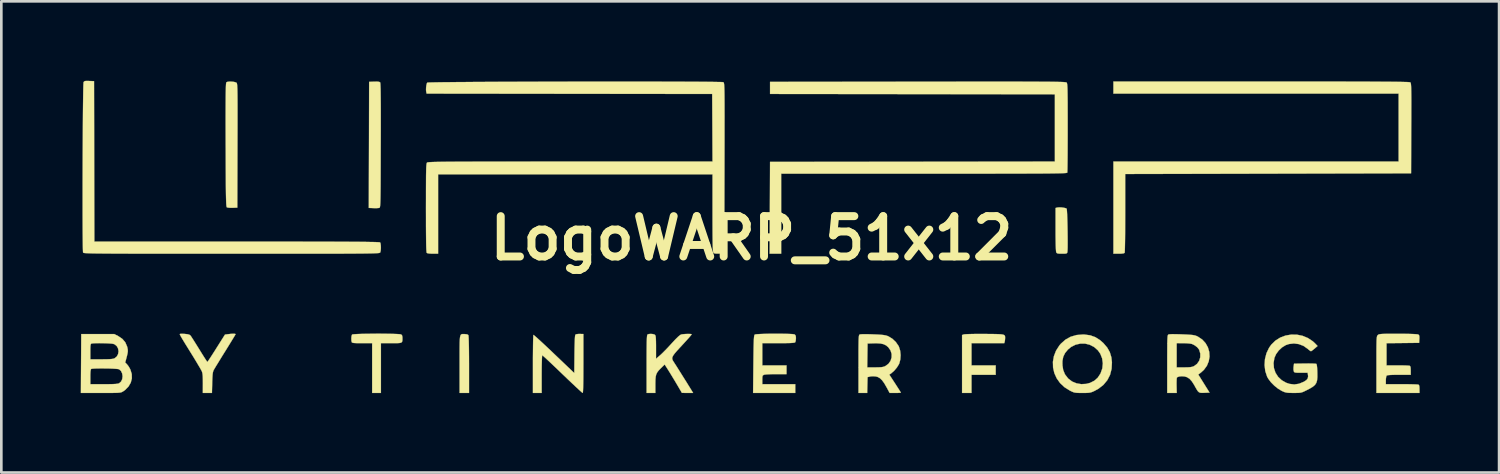
<source format=kicad_pcb>
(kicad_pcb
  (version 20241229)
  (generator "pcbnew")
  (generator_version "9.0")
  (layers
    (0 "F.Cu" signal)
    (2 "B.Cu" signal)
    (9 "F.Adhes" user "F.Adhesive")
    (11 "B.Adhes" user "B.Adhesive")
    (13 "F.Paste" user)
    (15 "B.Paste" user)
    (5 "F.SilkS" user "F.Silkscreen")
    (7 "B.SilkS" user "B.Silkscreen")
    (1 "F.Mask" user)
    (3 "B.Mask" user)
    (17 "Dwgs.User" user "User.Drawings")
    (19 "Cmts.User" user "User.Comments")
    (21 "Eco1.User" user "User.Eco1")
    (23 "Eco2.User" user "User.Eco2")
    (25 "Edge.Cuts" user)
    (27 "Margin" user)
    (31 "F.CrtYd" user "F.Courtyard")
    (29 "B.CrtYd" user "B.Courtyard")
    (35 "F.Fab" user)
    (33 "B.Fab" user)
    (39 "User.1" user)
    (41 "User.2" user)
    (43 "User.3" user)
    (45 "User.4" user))
  (footprint "LogoWARP_51x12"
    (layer "F.Cu")
    (at 25.329 5.946)
    (property "Reference" "LogoWARP_51x12" (at 0 0 0) (layer "F.SilkS") (effects (font (size 1.524 1.524) (thickness 0.3))))
    (attr through_hole)
    (fp_poly (pts (xy -10.852 3.62) (xy -10.826 3.62) (xy -10.739 3.629) (xy -10.693 3.657) (xy -10.693 3.658) (xy -10.687 3.692) (xy -10.682 3.772) (xy -10.678 3.895) (xy -10.674 4.056) (xy -10.671 4.251) (xy -10.669 4.476) (xy -10.668 4.726) (xy -10.668 4.769) (xy -10.668 5.842) (xy -11.024 5.842) (xy -11.024 4.749) (xy -11.024 4.48) (xy -11.024 4.256) (xy -11.023 4.076) (xy -11.021 3.932) (xy -11.016 3.822) (xy -11.008 3.741) (xy -10.996 3.685) (xy -10.98 3.649) (xy -10.958 3.629) (xy -10.93 3.62) (xy -10.895 3.619) (xy -10.852 3.62)) (stroke (width 0.01) (type solid)) (fill yes) (layer "F.SilkS"))
    (fp_poly (pts (xy 8.77 3.614) (xy 8.8 3.614) (xy 9.019 3.616) (xy 9.192 3.618) (xy 9.325 3.622) (xy 9.423 3.628) (xy 9.491 3.638) (xy 9.535 3.653) (xy 9.56 3.673) (xy 9.572 3.701) (xy 9.575 3.736) (xy 9.575 3.772) (xy 9.57 3.849) (xy 9.56 3.905) (xy 9.544 3.962) (xy 8.306 3.962) (xy 8.306 4.801) (xy 9.22 4.801) (xy 9.22 5.156) (xy 8.306 5.156) (xy 8.306 5.842) (xy 7.95 5.842) (xy 7.95 3.656) (xy 8.012 3.633) (xy 8.053 3.627) (xy 8.137 3.622) (xy 8.258 3.618) (xy 8.409 3.615) (xy 8.582 3.614) (xy 8.77 3.614)) (stroke (width 0.01) (type solid)) (fill yes) (layer "F.SilkS"))
    (fp_poly (pts (xy 11.703 -1.163) (xy 11.793 -1.151) (xy 11.865 -1.134) (xy 11.898 -1.117) (xy 11.905 -1.086) (xy 11.911 -1.012) (xy 11.917 -0.902) (xy 11.922 -0.764) (xy 11.927 -0.605) (xy 11.931 -0.432) (xy 11.934 -0.254) (xy 11.936 -0.077) (xy 11.937 0.09) (xy 11.937 0.241) (xy 11.936 0.368) (xy 11.932 0.464) (xy 11.927 0.52) (xy 11.926 0.526) (xy 11.915 0.556) (xy 11.892 0.573) (xy 11.845 0.582) (xy 11.764 0.584) (xy 11.723 0.584) (xy 11.622 0.582) (xy 11.561 0.575) (xy 11.526 0.559) (xy 11.507 0.535) (xy 11.499 0.494) (xy 11.493 0.406) (xy 11.487 0.272) (xy 11.484 0.096) (xy 11.481 -0.119) (xy 11.481 -0.328) (xy 11.481 -1.142) (xy 11.546 -1.159) (xy 11.615 -1.166) (xy 11.703 -1.163)) (stroke (width 0.01) (type solid)) (fill yes) (layer "F.SilkS"))
    (fp_poly (pts (xy -14.065 -5.906) (xy -14.028 -5.888) (xy -14.025 -5.885) (xy -14.019 -5.865) (xy -14.015 -5.817) (xy -14.011 -5.739) (xy -14.007 -5.63) (xy -14.005 -5.486) (xy -14.003 -5.305) (xy -14.001 -5.086) (xy -14 -4.827) (xy -14 -4.524) (xy -14 -4.176) (xy -14.001 -3.781) (xy -14.002 -3.505) (xy -14.003 -3.108) (xy -14.004 -2.758) (xy -14.005 -2.452) (xy -14.006 -2.188) (xy -14.007 -1.963) (xy -14.009 -1.773) (xy -14.011 -1.616) (xy -14.013 -1.487) (xy -14.016 -1.385) (xy -14.019 -1.307) (xy -14.023 -1.248) (xy -14.028 -1.206) (xy -14.033 -1.178) (xy -14.04 -1.161) (xy -14.047 -1.152) (xy -14.055 -1.147) (xy -14.059 -1.146) (xy -14.11 -1.139) (xy -14.193 -1.136) (xy -14.281 -1.138) (xy -14.453 -1.145) (xy -14.446 -3.525) (xy -14.44 -5.905) (xy -14.247 -5.913) (xy -14.135 -5.914) (xy -14.065 -5.906)) (stroke (width 0.01) (type solid)) (fill yes) (layer "F.SilkS"))
    (fp_poly (pts (xy -13.996 3.605) (xy -13.812 3.607) (xy -13.642 3.609) (xy -13.492 3.613) (xy -13.37 3.618) (xy -13.281 3.624) (xy -13.235 3.632) (xy -13.232 3.633) (xy -13.198 3.666) (xy -13.184 3.728) (xy -13.183 3.771) (xy -13.183 3.841) (xy -13.189 3.892) (xy -13.207 3.926) (xy -13.245 3.947) (xy -13.31 3.958) (xy -13.409 3.962) (xy -13.549 3.962) (xy -13.604 3.962) (xy -13.995 3.962) (xy -13.995 5.842) (xy -14.326 5.842) (xy -14.326 3.962) (xy -14.704 3.962) (xy -14.853 3.962) (xy -14.959 3.959) (xy -15.029 3.954) (xy -15.071 3.945) (xy -15.092 3.932) (xy -15.098 3.922) (xy -15.11 3.858) (xy -15.112 3.777) (xy -15.105 3.699) (xy -15.088 3.645) (xy -15.083 3.637) (xy -15.05 3.629) (xy -14.974 3.623) (xy -14.861 3.617) (xy -14.718 3.612) (xy -14.553 3.609) (xy -14.373 3.607) (xy -14.185 3.605) (xy -13.996 3.605)) (stroke (width 0.01) (type solid)) (fill yes) (layer "F.SilkS"))
    (fp_poly (pts (xy 1.16 3.607) (xy 1.313 3.61) (xy 1.445 3.614) (xy 1.547 3.62) (xy 1.611 3.628) (xy 1.627 3.633) (xy 1.659 3.664) (xy 1.674 3.719) (xy 1.676 3.78) (xy 1.67 3.859) (xy 1.655 3.917) (xy 1.646 3.932) (xy 1.618 3.943) (xy 1.557 3.951) (xy 1.457 3.957) (xy 1.317 3.96) (xy 1.131 3.962) (xy 1.011 3.962) (xy 0.406 3.962) (xy 0.406 4.801) (xy 1.321 4.801) (xy 1.321 5.131) (xy 0.929 5.131) (xy 0.788 5.132) (xy 0.66 5.137) (xy 0.557 5.143) (xy 0.489 5.151) (xy 0.472 5.156) (xy 0.436 5.173) (xy 0.417 5.2) (xy 0.408 5.25) (xy 0.406 5.336) (xy 0.406 5.346) (xy 0.406 5.512) (xy 1.651 5.512) (xy 1.651 5.842) (xy 0.059 5.842) (xy 0.07 4.756) (xy 0.073 4.49) (xy 0.076 4.27) (xy 0.079 4.091) (xy 0.083 3.95) (xy 0.087 3.842) (xy 0.092 3.762) (xy 0.098 3.706) (xy 0.105 3.67) (xy 0.113 3.648) (xy 0.122 3.639) (xy 0.158 3.629) (xy 0.237 3.622) (xy 0.351 3.616) (xy 0.492 3.611) (xy 0.651 3.607) (xy 0.821 3.606) (xy 0.993 3.605) (xy 1.16 3.607)) (stroke (width 0.01) (type solid)) (fill yes) (layer "F.SilkS"))
    (fp_poly (pts (xy -19.624 -5.913) (xy -19.536 -5.902) (xy -19.467 -5.882) (xy -19.446 -5.869) (xy -19.439 -5.86) (xy -19.433 -5.843) (xy -19.428 -5.815) (xy -19.423 -5.772) (xy -19.42 -5.713) (xy -19.416 -5.633) (xy -19.414 -5.53) (xy -19.412 -5.4) (xy -19.411 -5.241) (xy -19.41 -5.05) (xy -19.41 -4.823) (xy -19.41 -4.557) (xy -19.41 -4.25) (xy -19.411 -3.898) (xy -19.412 -3.498) (xy -19.412 -3.496) (xy -19.418 -1.156) (xy -19.596 -1.149) (xy -19.691 -1.149) (xy -19.768 -1.156) (xy -19.812 -1.167) (xy -19.812 -1.167) (xy -19.819 -1.176) (xy -19.824 -1.196) (xy -19.83 -1.23) (xy -19.834 -1.281) (xy -19.838 -1.352) (xy -19.841 -1.445) (xy -19.844 -1.565) (xy -19.847 -1.713) (xy -19.849 -1.893) (xy -19.851 -2.108) (xy -19.852 -2.361) (xy -19.854 -2.655) (xy -19.855 -2.992) (xy -19.856 -3.377) (xy -19.857 -3.52) (xy -19.858 -3.937) (xy -19.859 -4.305) (xy -19.859 -4.627) (xy -19.858 -4.906) (xy -19.857 -5.144) (xy -19.856 -5.345) (xy -19.854 -5.509) (xy -19.851 -5.64) (xy -19.848 -5.741) (xy -19.844 -5.813) (xy -19.839 -5.86) (xy -19.834 -5.883) (xy -19.833 -5.886) (xy -19.789 -5.906) (xy -19.714 -5.915) (xy -19.624 -5.913)) (stroke (width 0.01) (type solid)) (fill yes) (layer "F.SilkS"))
    (fp_poly (pts (xy 19.9 -5.918) (xy 20.502 -5.918) (xy 21.057 -5.918) (xy 21.567 -5.917) (xy 22.032 -5.917) (xy 22.455 -5.916) (xy 22.837 -5.915) (xy 23.18 -5.914) (xy 23.486 -5.913) (xy 23.757 -5.911) (xy 23.993 -5.91) (xy 24.197 -5.908) (xy 24.371 -5.906) (xy 24.516 -5.904) (xy 24.634 -5.901) (xy 24.726 -5.899) (xy 24.795 -5.896) (xy 24.842 -5.892) (xy 24.868 -5.889) (xy 24.875 -5.886) (xy 24.883 -5.877) (xy 24.891 -5.861) (xy 24.897 -5.835) (xy 24.902 -5.794) (xy 24.906 -5.735) (xy 24.909 -5.654) (xy 24.911 -5.549) (xy 24.913 -5.414) (xy 24.914 -5.248) (xy 24.914 -5.045) (xy 24.913 -4.803) (xy 24.913 -4.517) (xy 24.911 -4.185) (xy 24.911 -4.153) (xy 24.905 -2.451) (xy 14.11 -2.426) (xy 14.11 -0.953) (xy 14.109 -0.683) (xy 14.108 -0.428) (xy 14.107 -0.193) (xy 14.105 0.018) (xy 14.102 0.201) (xy 14.099 0.35) (xy 14.096 0.461) (xy 14.092 0.531) (xy 14.089 0.552) (xy 14.049 0.571) (xy 13.96 0.582) (xy 13.867 0.584) (xy 13.665 0.584) (xy 13.665 -2.896) (xy 24.435 -2.896) (xy 24.435 -5.461) (xy 13.665 -5.461) (xy 13.665 -5.918) (xy 19.248 -5.918) (xy 19.9 -5.918)) (stroke (width 0.01) (type solid)) (fill yes) (layer "F.SilkS"))
    (fp_poly (pts (xy -6.35 3.617) (xy -6.35 4.73) (xy -6.351 5.031) (xy -6.352 5.284) (xy -6.355 5.487) (xy -6.359 5.644) (xy -6.363 5.754) (xy -6.369 5.82) (xy -6.377 5.842) (xy -6.377 5.842) (xy -6.4 5.825) (xy -6.456 5.776) (xy -6.541 5.699) (xy -6.649 5.599) (xy -6.778 5.477) (xy -6.924 5.339) (xy -7.081 5.188) (xy -7.141 5.131) (xy -7.302 4.976) (xy -7.452 4.833) (xy -7.587 4.705) (xy -7.703 4.596) (xy -7.796 4.51) (xy -7.862 4.451) (xy -7.897 4.422) (xy -7.902 4.42) (xy -7.908 4.444) (xy -7.914 4.514) (xy -7.918 4.624) (xy -7.922 4.77) (xy -7.924 4.945) (xy -7.925 5.131) (xy -7.925 5.842) (xy -8.255 5.842) (xy -8.255 4.751) (xy -8.255 4.521) (xy -8.253 4.307) (xy -8.251 4.114) (xy -8.249 3.947) (xy -8.246 3.813) (xy -8.242 3.715) (xy -8.238 3.66) (xy -8.236 3.649) (xy -8.214 3.664) (xy -8.16 3.71) (xy -8.076 3.784) (xy -7.968 3.883) (xy -7.839 4.002) (xy -7.693 4.139) (xy -7.534 4.289) (xy -7.455 4.365) (xy -6.693 5.092) (xy -6.686 4.383) (xy -6.683 4.158) (xy -6.678 3.97) (xy -6.673 3.821) (xy -6.666 3.715) (xy -6.657 3.655) (xy -6.653 3.643) (xy -6.61 3.623) (xy -6.53 3.614) (xy -6.488 3.614) (xy -6.35 3.617)) (stroke (width 0.01) (type solid)) (fill yes) (layer "F.SilkS"))
    (fp_poly (pts (xy 24.633 3.609) (xy 24.823 3.612) (xy 24.976 3.617) (xy 25.089 3.623) (xy 25.158 3.63) (xy 25.176 3.635) (xy 25.204 3.658) (xy 25.217 3.699) (xy 25.219 3.771) (xy 25.217 3.805) (xy 25.209 3.95) (xy 24.594 3.957) (xy 23.978 3.963) (xy 23.978 4.801) (xy 24.395 4.801) (xy 24.538 4.802) (xy 24.664 4.804) (xy 24.766 4.808) (xy 24.832 4.813) (xy 24.852 4.816) (xy 24.875 4.838) (xy 24.888 4.888) (xy 24.892 4.977) (xy 24.892 4.994) (xy 24.892 5.156) (xy 24.453 5.156) (xy 24.27 5.158) (xy 24.134 5.162) (xy 24.043 5.17) (xy 23.993 5.181) (xy 23.983 5.187) (xy 23.966 5.227) (xy 23.955 5.301) (xy 23.952 5.364) (xy 23.952 5.512) (xy 24.547 5.512) (xy 24.718 5.512) (xy 24.873 5.514) (xy 25.004 5.517) (xy 25.105 5.521) (xy 25.167 5.525) (xy 25.182 5.527) (xy 25.206 5.551) (xy 25.219 5.605) (xy 25.222 5.692) (xy 25.222 5.842) (xy 23.597 5.842) (xy 23.597 4.775) (xy 23.597 4.514) (xy 23.597 4.299) (xy 23.598 4.126) (xy 23.6 3.989) (xy 23.602 3.883) (xy 23.606 3.805) (xy 23.611 3.75) (xy 23.618 3.712) (xy 23.626 3.686) (xy 23.637 3.669) (xy 23.647 3.658) (xy 23.664 3.644) (xy 23.686 3.632) (xy 23.72 3.624) (xy 23.771 3.617) (xy 23.845 3.613) (xy 23.948 3.61) (xy 24.086 3.609) (xy 24.265 3.609) (xy 24.412 3.609) (xy 24.633 3.609)) (stroke (width 0.01) (type solid)) (fill yes) (layer "F.SilkS"))
    (fp_poly (pts (xy 12.571 3.637) (xy 12.788 3.666) (xy 12.981 3.735) (xy 13.158 3.847) (xy 13.286 3.96) (xy 13.431 4.129) (xy 13.53 4.305) (xy 13.588 4.498) (xy 13.609 4.686) (xy 13.596 4.933) (xy 13.538 5.158) (xy 13.435 5.359) (xy 13.29 5.534) (xy 13.102 5.682) (xy 12.949 5.766) (xy 12.876 5.799) (xy 12.813 5.821) (xy 12.746 5.834) (xy 12.662 5.84) (xy 12.547 5.842) (xy 12.494 5.842) (xy 12.365 5.841) (xy 12.274 5.837) (xy 12.204 5.828) (xy 12.143 5.81) (xy 12.077 5.781) (xy 12.023 5.754) (xy 11.818 5.626) (xy 11.651 5.469) (xy 11.523 5.289) (xy 11.434 5.092) (xy 11.386 4.883) (xy 11.384 4.783) (xy 11.739 4.783) (xy 11.768 4.975) (xy 11.836 5.14) (xy 11.948 5.287) (xy 11.967 5.306) (xy 12.106 5.411) (xy 12.271 5.479) (xy 12.452 5.51) (xy 12.638 5.5) (xy 12.782 5.462) (xy 12.945 5.38) (xy 13.073 5.267) (xy 13.173 5.115) (xy 13.183 5.095) (xy 13.247 4.912) (xy 13.265 4.723) (xy 13.239 4.536) (xy 13.17 4.362) (xy 13.079 4.233) (xy 12.936 4.107) (xy 12.772 4.022) (xy 12.596 3.979) (xy 12.414 3.979) (xy 12.235 4.02) (xy 12.069 4.104) (xy 11.949 4.202) (xy 11.84 4.334) (xy 11.771 4.474) (xy 11.74 4.634) (xy 11.739 4.783) (xy 11.384 4.783) (xy 11.38 4.668) (xy 11.418 4.453) (xy 11.499 4.245) (xy 11.626 4.047) (xy 11.684 3.98) (xy 11.856 3.828) (xy 12.053 3.719) (xy 12.275 3.655) (xy 12.519 3.635) (xy 12.571 3.637)) (stroke (width 0.01) (type solid)) (fill yes) (layer "F.SilkS"))
    (fp_poly (pts (xy -19.511 3.61) (xy -19.482 3.619) (xy -19.482 3.621) (xy -19.495 3.645) (xy -19.531 3.707) (xy -19.588 3.801) (xy -19.662 3.922) (xy -19.749 4.063) (xy -19.846 4.221) (xy -19.872 4.262) (xy -19.975 4.427) (xy -20.07 4.582) (xy -20.155 4.721) (xy -20.226 4.836) (xy -20.278 4.923) (xy -20.307 4.974) (xy -20.31 4.978) (xy -20.329 5.024) (xy -20.343 5.084) (xy -20.353 5.167) (xy -20.36 5.282) (xy -20.366 5.437) (xy -20.366 5.455) (xy -20.376 5.842) (xy -20.719 5.842) (xy -20.718 5.48) (xy -20.719 5.322) (xy -20.723 5.205) (xy -20.732 5.12) (xy -20.746 5.057) (xy -20.759 5.021) (xy -20.784 4.974) (xy -20.831 4.89) (xy -20.898 4.778) (xy -20.979 4.642) (xy -21.071 4.49) (xy -21.167 4.335) (xy -21.286 4.143) (xy -21.381 3.99) (xy -21.454 3.87) (xy -21.508 3.78) (xy -21.546 3.715) (xy -21.57 3.67) (xy -21.584 3.641) (xy -21.59 3.623) (xy -21.59 3.618) (xy -21.567 3.611) (xy -21.506 3.609) (xy -21.419 3.612) (xy -21.407 3.613) (xy -21.301 3.624) (xy -21.233 3.641) (xy -21.192 3.668) (xy -21.185 3.676) (xy -21.16 3.711) (xy -21.114 3.783) (xy -21.049 3.884) (xy -20.972 4.007) (xy -20.886 4.145) (xy -20.853 4.198) (xy -20.768 4.336) (xy -20.691 4.459) (xy -20.627 4.559) (xy -20.579 4.631) (xy -20.553 4.669) (xy -20.549 4.673) (xy -20.532 4.652) (xy -20.493 4.595) (xy -20.434 4.506) (xy -20.36 4.392) (xy -20.274 4.258) (xy -20.21 4.156) (xy -19.883 3.638) (xy -19.768 3.623) (xy -19.666 3.612) (xy -19.576 3.607) (xy -19.511 3.61)) (stroke (width 0.01) (type solid)) (fill yes) (layer "F.SilkS"))
    (fp_poly (pts (xy 9.737 -5.914) (xy 10.068 -5.914) (xy 10.363 -5.913) (xy 10.624 -5.912) (xy 10.855 -5.911) (xy 11.056 -5.91) (xy 11.23 -5.909) (xy 11.379 -5.907) (xy 11.504 -5.905) (xy 11.608 -5.903) (xy 11.692 -5.901) (xy 11.759 -5.898) (xy 11.81 -5.895) (xy 11.847 -5.891) (xy 11.873 -5.887) (xy 11.889 -5.883) (xy 11.898 -5.879) (xy 11.898 -5.878) (xy 11.906 -5.866) (xy 11.913 -5.844) (xy 11.919 -5.809) (xy 11.924 -5.757) (xy 11.928 -5.684) (xy 11.931 -5.587) (xy 11.933 -5.463) (xy 11.935 -5.307) (xy 11.937 -5.116) (xy 11.937 -4.886) (xy 11.938 -4.614) (xy 11.938 -4.295) (xy 11.938 -4.179) (xy 11.938 -3.892) (xy 11.937 -3.62) (xy 11.936 -3.367) (xy 11.935 -3.136) (xy 11.933 -2.934) (xy 11.931 -2.763) (xy 11.929 -2.628) (xy 11.926 -2.534) (xy 11.924 -2.485) (xy 11.923 -2.479) (xy 11.918 -2.474) (xy 11.905 -2.47) (xy 11.883 -2.466) (xy 11.849 -2.462) (xy 11.802 -2.459) (xy 11.739 -2.456) (xy 11.659 -2.453) (xy 11.559 -2.451) (xy 11.437 -2.449) (xy 11.293 -2.447) (xy 11.122 -2.445) (xy 10.925 -2.444) (xy 10.698 -2.443) (xy 10.439 -2.442) (xy 10.147 -2.441) (xy 9.82 -2.44) (xy 9.456 -2.44) (xy 9.052 -2.439) (xy 8.606 -2.439) (xy 8.118 -2.439) (xy 7.584 -2.438) (xy 7.003 -2.438) (xy 6.512 -2.438) (xy 1.118 -2.438) (xy 1.118 0.584) (xy 0.685 0.584) (xy 0.692 -1.149) (xy 0.699 -2.883) (xy 11.455 -2.896) (xy 11.455 -5.435) (xy 6.077 -5.442) (xy 0.699 -5.448) (xy 0.699 -5.905) (xy 6.278 -5.912) (xy 6.909 -5.913) (xy 7.491 -5.913) (xy 8.026 -5.914) (xy 8.517 -5.914) (xy 8.964 -5.914) (xy 9.37 -5.914) (xy 9.737 -5.914)) (stroke (width 0.01) (type solid)) (fill yes) (layer "F.SilkS"))
    (fp_poly (pts (xy 16.008 3.623) (xy 16.176 3.627) (xy 16.257 3.63) (xy 16.425 3.637) (xy 16.551 3.645) (xy 16.645 3.653) (xy 16.714 3.664) (xy 16.768 3.678) (xy 16.816 3.697) (xy 16.856 3.716) (xy 17.019 3.825) (xy 17.145 3.962) (xy 17.233 4.12) (xy 17.283 4.291) (xy 17.294 4.469) (xy 17.265 4.645) (xy 17.196 4.814) (xy 17.085 4.967) (xy 16.977 5.066) (xy 16.87 5.147) (xy 17.295 5.829) (xy 17.101 5.837) (xy 17.011 5.84) (xy 16.947 5.835) (xy 16.898 5.817) (xy 16.855 5.778) (xy 16.81 5.711) (xy 16.752 5.61) (xy 16.722 5.554) (xy 16.63 5.408) (xy 16.538 5.306) (xy 16.44 5.245) (xy 16.348 5.219) (xy 16.245 5.212) (xy 16.151 5.221) (xy 16.084 5.244) (xy 16.062 5.264) (xy 16.055 5.3) (xy 16.051 5.374) (xy 16.049 5.476) (xy 16.05 5.567) (xy 16.056 5.842) (xy 15.697 5.842) (xy 15.697 4.877) (xy 16.053 4.877) (xy 16.333 4.877) (xy 16.468 4.875) (xy 16.564 4.869) (xy 16.635 4.856) (xy 16.693 4.836) (xy 16.712 4.827) (xy 16.824 4.743) (xy 16.903 4.629) (xy 16.944 4.497) (xy 16.946 4.356) (xy 16.905 4.217) (xy 16.896 4.199) (xy 16.832 4.119) (xy 16.738 4.046) (xy 16.636 3.995) (xy 16.617 3.989) (xy 16.549 3.977) (xy 16.447 3.968) (xy 16.331 3.963) (xy 16.288 3.963) (xy 16.053 3.962) (xy 16.053 4.877) (xy 15.697 4.877) (xy 15.697 4.751) (xy 15.697 4.486) (xy 15.698 4.268) (xy 15.699 4.091) (xy 15.7 3.952) (xy 15.703 3.845) (xy 15.707 3.766) (xy 15.711 3.711) (xy 15.718 3.674) (xy 15.726 3.652) (xy 15.736 3.64) (xy 15.743 3.635) (xy 15.787 3.627) (xy 15.877 3.622) (xy 16.008 3.623)) (stroke (width 0.01) (type solid)) (fill yes) (layer "F.SilkS"))
    (fp_poly (pts (xy -3.716 3.62) (xy -3.655 3.641) (xy -3.644 3.65) (xy -3.63 3.674) (xy -3.619 3.718) (xy -3.613 3.79) (xy -3.609 3.896) (xy -3.607 4.043) (xy -3.607 4.119) (xy -3.607 4.552) (xy -3.45 4.416) (xy -3.376 4.348) (xy -3.28 4.252) (xy -3.171 4.14) (xy -3.061 4.021) (xy -3.014 3.969) (xy -2.88 3.825) (xy -2.775 3.721) (xy -2.699 3.658) (xy -2.657 3.635) (xy -2.602 3.625) (xy -2.523 3.618) (xy -2.435 3.614) (xy -2.353 3.614) (xy -2.29 3.617) (xy -2.261 3.625) (xy -2.261 3.627) (xy -2.273 3.648) (xy -2.31 3.694) (xy -2.374 3.768) (xy -2.468 3.872) (xy -2.593 4.009) (xy -2.709 4.134) (xy -2.826 4.262) (xy -2.91 4.361) (xy -2.964 4.438) (xy -2.992 4.5) (xy -2.995 4.554) (xy -2.978 4.607) (xy -2.942 4.666) (xy -2.937 4.674) (xy -2.908 4.719) (xy -2.856 4.799) (xy -2.788 4.907) (xy -2.708 5.034) (xy -2.621 5.173) (xy -2.532 5.315) (xy -2.445 5.453) (xy -2.367 5.58) (xy -2.301 5.686) (xy -2.264 5.747) (xy -2.206 5.842) (xy -2.417 5.841) (xy -2.629 5.84) (xy -2.826 5.505) (xy -2.908 5.367) (xy -2.994 5.225) (xy -3.074 5.093) (xy -3.14 4.988) (xy -3.152 4.968) (xy -3.28 4.768) (xy -3.421 4.905) (xy -3.501 4.987) (xy -3.558 5.06) (xy -3.596 5.134) (xy -3.618 5.221) (xy -3.629 5.334) (xy -3.632 5.483) (xy -3.632 5.524) (xy -3.632 5.842) (xy -3.962 5.842) (xy -3.962 4.753) (xy -3.962 4.477) (xy -3.961 4.247) (xy -3.959 4.061) (xy -3.957 3.914) (xy -3.953 3.803) (xy -3.948 3.723) (xy -3.942 3.671) (xy -3.934 3.643) (xy -3.93 3.637) (xy -3.877 3.617) (xy -3.798 3.612) (xy -3.716 3.62)) (stroke (width 0.01) (type solid)) (fill yes) (layer "F.SilkS"))
    (fp_poly (pts (xy 4.507 3.627) (xy 4.586 3.63) (xy 4.756 3.637) (xy 4.885 3.645) (xy 4.982 3.655) (xy 5.055 3.667) (xy 5.113 3.683) (xy 5.167 3.704) (xy 5.169 3.705) (xy 5.319 3.796) (xy 5.451 3.922) (xy 5.551 4.067) (xy 5.567 4.1) (xy 5.612 4.246) (xy 5.629 4.412) (xy 5.618 4.578) (xy 5.58 4.725) (xy 5.565 4.759) (xy 5.488 4.883) (xy 5.386 5.004) (xy 5.276 5.101) (xy 5.262 5.111) (xy 5.203 5.151) (xy 5.421 5.485) (xy 5.495 5.6) (xy 5.559 5.699) (xy 5.607 5.775) (xy 5.634 5.821) (xy 5.639 5.831) (xy 5.615 5.836) (xy 5.553 5.84) (xy 5.463 5.842) (xy 5.427 5.842) (xy 5.215 5.842) (xy 5.103 5.634) (xy 5.011 5.475) (xy 4.927 5.36) (xy 4.845 5.283) (xy 4.759 5.236) (xy 4.688 5.219) (xy 4.592 5.212) (xy 4.5 5.217) (xy 4.473 5.223) (xy 4.381 5.245) (xy 4.374 5.544) (xy 4.367 5.842) (xy 4.039 5.842) (xy 4.039 4.877) (xy 4.368 4.877) (xy 4.661 4.877) (xy 4.798 4.875) (xy 4.897 4.87) (xy 4.968 4.858) (xy 5.025 4.84) (xy 5.053 4.827) (xy 5.17 4.742) (xy 5.249 4.63) (xy 5.289 4.502) (xy 5.29 4.368) (xy 5.248 4.236) (xy 5.164 4.117) (xy 5.159 4.112) (xy 5.078 4.045) (xy 4.984 4) (xy 4.867 3.975) (xy 4.718 3.966) (xy 4.617 3.968) (xy 4.381 3.975) (xy 4.375 4.426) (xy 4.368 4.877) (xy 4.039 4.877) (xy 4.039 4.751) (xy 4.039 4.486) (xy 4.039 4.268) (xy 4.04 4.091) (xy 4.042 3.951) (xy 4.044 3.845) (xy 4.048 3.766) (xy 4.053 3.71) (xy 4.059 3.674) (xy 4.067 3.652) (xy 4.077 3.64) (xy 4.084 3.635) (xy 4.127 3.627) (xy 4.216 3.623) (xy 4.344 3.623) (xy 4.507 3.627)) (stroke (width 0.01) (type solid)) (fill yes) (layer "F.SilkS"))
    (fp_poly (pts (xy 20.595 3.642) (xy 20.808 3.685) (xy 21.01 3.769) (xy 21.195 3.892) (xy 21.285 3.976) (xy 21.374 4.069) (xy 21.26 4.168) (xy 21.195 4.221) (xy 21.145 4.257) (xy 21.123 4.267) (xy 21.093 4.251) (xy 21.04 4.211) (xy 20.999 4.175) (xy 20.842 4.065) (xy 20.665 3.997) (xy 20.48 3.973) (xy 20.294 3.995) (xy 20.173 4.036) (xy 20.035 4.12) (xy 19.909 4.238) (xy 19.808 4.375) (xy 19.745 4.515) (xy 19.712 4.713) (xy 19.726 4.902) (xy 19.784 5.077) (xy 19.883 5.232) (xy 20.018 5.36) (xy 20.187 5.457) (xy 20.316 5.5) (xy 20.494 5.522) (xy 20.673 5.495) (xy 20.857 5.419) (xy 20.859 5.418) (xy 20.952 5.357) (xy 21.002 5.295) (xy 21.017 5.219) (xy 21.012 5.163) (xy 21 5.08) (xy 20.748 5.08) (xy 20.633 5.079) (xy 20.558 5.076) (xy 20.514 5.067) (xy 20.49 5.052) (xy 20.477 5.027) (xy 20.475 5.023) (xy 20.465 4.962) (xy 20.466 4.88) (xy 20.469 4.851) (xy 20.485 4.737) (xy 20.892 4.731) (xy 21.032 4.73) (xy 21.155 4.731) (xy 21.251 4.735) (xy 21.312 4.74) (xy 21.328 4.744) (xy 21.344 4.781) (xy 21.355 4.867) (xy 21.363 5.004) (xy 21.365 5.083) (xy 21.366 5.243) (xy 21.355 5.366) (xy 21.327 5.461) (xy 21.276 5.539) (xy 21.195 5.608) (xy 21.079 5.678) (xy 20.936 5.751) (xy 20.854 5.791) (xy 20.789 5.817) (xy 20.725 5.832) (xy 20.649 5.839) (xy 20.545 5.841) (xy 20.467 5.841) (xy 20.338 5.84) (xy 20.246 5.835) (xy 20.176 5.824) (xy 20.113 5.805) (xy 20.043 5.774) (xy 20.019 5.763) (xy 19.88 5.679) (xy 19.741 5.567) (xy 19.615 5.44) (xy 19.515 5.309) (xy 19.469 5.227) (xy 19.399 5.015) (xy 19.373 4.79) (xy 19.388 4.562) (xy 19.445 4.341) (xy 19.542 4.138) (xy 19.625 4.02) (xy 19.782 3.866) (xy 19.965 3.751) (xy 20.166 3.675) (xy 20.379 3.639) (xy 20.595 3.642)) (stroke (width 0.01) (type solid)) (fill yes) (layer "F.SilkS"))
    (fp_poly (pts (xy -23.913 3.696) (xy -23.76 3.8) (xy -23.647 3.932) (xy -23.578 4.093) (xy -23.569 4.127) (xy -23.555 4.202) (xy -23.552 4.267) (xy -23.561 4.339) (xy -23.583 4.436) (xy -23.594 4.48) (xy -23.651 4.693) (xy -23.584 4.76) (xy -23.535 4.821) (xy -23.483 4.906) (xy -23.456 4.959) (xy -23.404 5.127) (xy -23.4 5.294) (xy -23.442 5.455) (xy -23.529 5.603) (xy -23.657 5.732) (xy -23.727 5.781) (xy -23.756 5.798) (xy -23.784 5.812) (xy -23.818 5.823) (xy -23.863 5.83) (xy -23.927 5.836) (xy -24.014 5.839) (xy -24.132 5.841) (xy -24.285 5.842) (xy -24.481 5.842) (xy -24.574 5.842) (xy -25.324 5.842) (xy -25.321 5.234) (xy -24.968 5.234) (xy -24.968 5.512) (xy -24.459 5.512) (xy -24.27 5.511) (xy -24.126 5.508) (xy -24.02 5.503) (xy -23.946 5.494) (xy -23.897 5.483) (xy -23.88 5.476) (xy -23.807 5.412) (xy -23.764 5.321) (xy -23.75 5.215) (xy -23.765 5.109) (xy -23.809 5.015) (xy -23.882 4.949) (xy -23.883 4.948) (xy -23.925 4.939) (xy -24.007 4.931) (xy -24.121 4.924) (xy -24.254 4.919) (xy -24.398 4.917) (xy -24.543 4.916) (xy -24.679 4.917) (xy -24.796 4.92) (xy -24.883 4.926) (xy -24.932 4.934) (xy -24.937 4.936) (xy -24.952 4.967) (xy -24.963 5.038) (xy -24.968 5.154) (xy -24.968 5.234) (xy -25.321 5.234) (xy -25.315 4.283) (xy -24.968 4.283) (xy -24.968 4.572) (xy -24.548 4.572) (xy -24.378 4.571) (xy -24.251 4.567) (xy -24.16 4.56) (xy -24.097 4.549) (xy -24.054 4.534) (xy -24.053 4.533) (xy -23.969 4.466) (xy -23.92 4.375) (xy -23.903 4.272) (xy -23.919 4.169) (xy -23.965 4.079) (xy -24.042 4.012) (xy -24.097 3.99) (xy -24.156 3.98) (xy -24.25 3.973) (xy -24.369 3.967) (xy -24.5 3.964) (xy -24.632 3.962) (xy -24.753 3.964) (xy -24.852 3.968) (xy -24.915 3.975) (xy -24.928 3.978) (xy -24.946 3.993) (xy -24.958 4.026) (xy -24.965 4.087) (xy -24.968 4.185) (xy -24.968 4.283) (xy -25.315 4.283) (xy -25.311 3.619) (xy -24.063 3.619) (xy -23.913 3.696)) (stroke (width 0.01) (type solid)) (fill yes) (layer "F.SilkS"))
    (fp_poly (pts (xy -25.028 -5.939) (xy -25.011 -5.938) (xy -24.828 -5.931) (xy -24.816 0.127) (xy -19.436 0.127) (xy -18.79 0.127) (xy -18.193 0.127) (xy -17.644 0.128) (xy -17.141 0.128) (xy -16.682 0.129) (xy -16.266 0.13) (xy -15.891 0.13) (xy -15.556 0.132) (xy -15.259 0.133) (xy -14.998 0.135) (xy -14.772 0.136) (xy -14.58 0.138) (xy -14.418 0.141) (xy -14.287 0.143) (xy -14.185 0.146) (xy -14.109 0.149) (xy -14.058 0.152) (xy -14.031 0.155) (xy -14.026 0.157) (xy -14.008 0.201) (xy -13.999 0.277) (xy -13.996 0.367) (xy -14.002 0.455) (xy -14.016 0.522) (xy -14.022 0.535) (xy -14.025 0.541) (xy -14.032 0.546) (xy -14.043 0.55) (xy -14.06 0.555) (xy -14.086 0.559) (xy -14.122 0.562) (xy -14.171 0.565) (xy -14.235 0.568) (xy -14.315 0.571) (xy -14.413 0.573) (xy -14.532 0.575) (xy -14.674 0.577) (xy -14.84 0.578) (xy -15.032 0.58) (xy -15.252 0.581) (xy -15.503 0.582) (xy -15.787 0.582) (xy -16.105 0.583) (xy -16.459 0.583) (xy -16.851 0.584) (xy -17.284 0.584) (xy -17.759 0.584) (xy -18.278 0.584) (xy -18.844 0.584) (xy -19.458 0.584) (xy -19.636 0.584) (xy -20.264 0.584) (xy -20.844 0.584) (xy -21.377 0.584) (xy -21.865 0.584) (xy -22.31 0.584) (xy -22.714 0.583) (xy -23.079 0.583) (xy -23.407 0.582) (xy -23.701 0.581) (xy -23.961 0.58) (xy -24.19 0.579) (xy -24.39 0.578) (xy -24.563 0.576) (xy -24.711 0.575) (xy -24.835 0.573) (xy -24.939 0.571) (xy -25.023 0.568) (xy -25.09 0.565) (xy -25.142 0.562) (xy -25.18 0.559) (xy -25.208 0.555) (xy -25.226 0.551) (xy -25.236 0.546) (xy -25.241 0.541) (xy -25.242 0.54) (xy -25.245 0.506) (xy -25.248 0.426) (xy -25.251 0.302) (xy -25.253 0.139) (xy -25.255 -0.06) (xy -25.257 -0.29) (xy -25.258 -0.549) (xy -25.259 -0.833) (xy -25.259 -1.137) (xy -25.259 -1.458) (xy -25.259 -1.792) (xy -25.259 -2.136) (xy -25.258 -2.485) (xy -25.257 -2.837) (xy -25.256 -3.187) (xy -25.254 -3.531) (xy -25.252 -3.867) (xy -25.25 -4.189) (xy -25.248 -4.494) (xy -25.246 -4.78) (xy -25.243 -5.041) (xy -25.24 -5.274) (xy -25.237 -5.475) (xy -25.234 -5.641) (xy -25.231 -5.768) (xy -25.227 -5.852) (xy -25.224 -5.89) (xy -25.223 -5.891) (xy -25.203 -5.919) (xy -25.172 -5.935) (xy -25.118 -5.941) (xy -25.028 -5.939)) (stroke (width 0.01) (type solid)) (fill yes) (layer "F.SilkS"))
    (fp_poly (pts (xy -4.432 -5.915) (xy -4.011 -5.915) (xy -3.607 -5.914) (xy -3.222 -5.913) (xy -2.86 -5.912) (xy -2.523 -5.911) (xy -2.213 -5.91) (xy -1.935 -5.908) (xy -1.69 -5.906) (xy -1.481 -5.904) (xy -1.312 -5.901) (xy -1.184 -5.899) (xy -1.101 -5.896) (xy -1.066 -5.892) (xy -1.065 -5.892) (xy -1.058 -5.887) (xy -1.052 -5.88) (xy -1.046 -5.866) (xy -1.041 -5.845) (xy -1.036 -5.813) (xy -1.032 -5.767) (xy -1.029 -5.705) (xy -1.026 -5.624) (xy -1.024 -5.522) (xy -1.022 -5.396) (xy -1.021 -5.243) (xy -1.02 -5.061) (xy -1.02 -4.847) (xy -1.019 -4.599) (xy -1.02 -4.314) (xy -1.02 -3.988) (xy -1.02 -3.621) (xy -1.021 -3.208) (xy -1.022 -2.748) (xy -1.022 -2.647) (xy -1.029 0.572) (xy -1.219 0.579) (xy -1.321 0.581) (xy -1.385 0.576) (xy -1.423 0.561) (xy -1.441 0.542) (xy -1.448 0.522) (xy -1.454 0.48) (xy -1.459 0.413) (xy -1.464 0.318) (xy -1.467 0.191) (xy -1.469 0.029) (xy -1.471 -0.171) (xy -1.472 -0.413) (xy -1.473 -0.699) (xy -1.473 -0.957) (xy -1.473 -2.413) (xy -11.836 -2.413) (xy -11.836 0.584) (xy -12.035 0.584) (xy -12.146 0.58) (xy -12.226 0.569) (xy -12.263 0.554) (xy -12.27 0.535) (xy -12.275 0.49) (xy -12.28 0.416) (xy -12.284 0.311) (xy -12.287 0.172) (xy -12.289 -0.004) (xy -12.291 -0.22) (xy -12.293 -0.478) (xy -12.293 -0.782) (xy -12.294 -1.133) (xy -12.294 -1.146) (xy -12.293 -1.482) (xy -12.293 -1.77) (xy -12.292 -2.014) (xy -12.291 -2.219) (xy -12.29 -2.387) (xy -12.287 -2.523) (xy -12.285 -2.629) (xy -12.281 -2.71) (xy -12.276 -2.77) (xy -12.271 -2.81) (xy -12.264 -2.837) (xy -12.257 -2.852) (xy -12.254 -2.856) (xy -12.246 -2.86) (xy -12.23 -2.865) (xy -12.204 -2.868) (xy -12.167 -2.872) (xy -12.116 -2.875) (xy -12.05 -2.878) (xy -11.965 -2.881) (xy -11.861 -2.883) (xy -11.735 -2.885) (xy -11.586 -2.887) (xy -11.41 -2.889) (xy -11.208 -2.89) (xy -10.975 -2.891) (xy -10.711 -2.892) (xy -10.413 -2.893) (xy -10.079 -2.894) (xy -9.708 -2.894) (xy -9.297 -2.895) (xy -8.845 -2.895) (xy -8.348 -2.895) (xy -7.807 -2.896) (xy -7.217 -2.896) (xy -6.843 -2.896) (xy -1.473 -2.896) (xy -1.479 -4.172) (xy -1.486 -5.448) (xy -12.267 -5.461) (xy -12.284 -5.526) (xy -12.292 -5.598) (xy -12.289 -5.689) (xy -12.278 -5.778) (xy -12.26 -5.848) (xy -12.245 -5.875) (xy -12.217 -5.879) (xy -12.14 -5.882) (xy -12.019 -5.885) (xy -11.855 -5.888) (xy -11.652 -5.891) (xy -11.412 -5.893) (xy -11.138 -5.896) (xy -10.832 -5.898) (xy -10.499 -5.901) (xy -10.14 -5.903) (xy -9.758 -5.905) (xy -9.357 -5.907) (xy -8.938 -5.908) (xy -8.505 -5.91) (xy -8.061 -5.911) (xy -7.608 -5.912) (xy -7.149 -5.913) (xy -6.687 -5.914) (xy -6.225 -5.915) (xy -5.766 -5.915) (xy -5.312 -5.915) (xy -4.866 -5.915) (xy -4.432 -5.915)) (stroke (width 0.01) (type solid)) (fill yes) (layer "F.SilkS")))
  (gr_rect
    (start -3 -3)
    (end 53.557 14.793)
    (stroke (width 0.1) (type default))
    (fill no)
    (layer "Edge.Cuts")))
</source>
